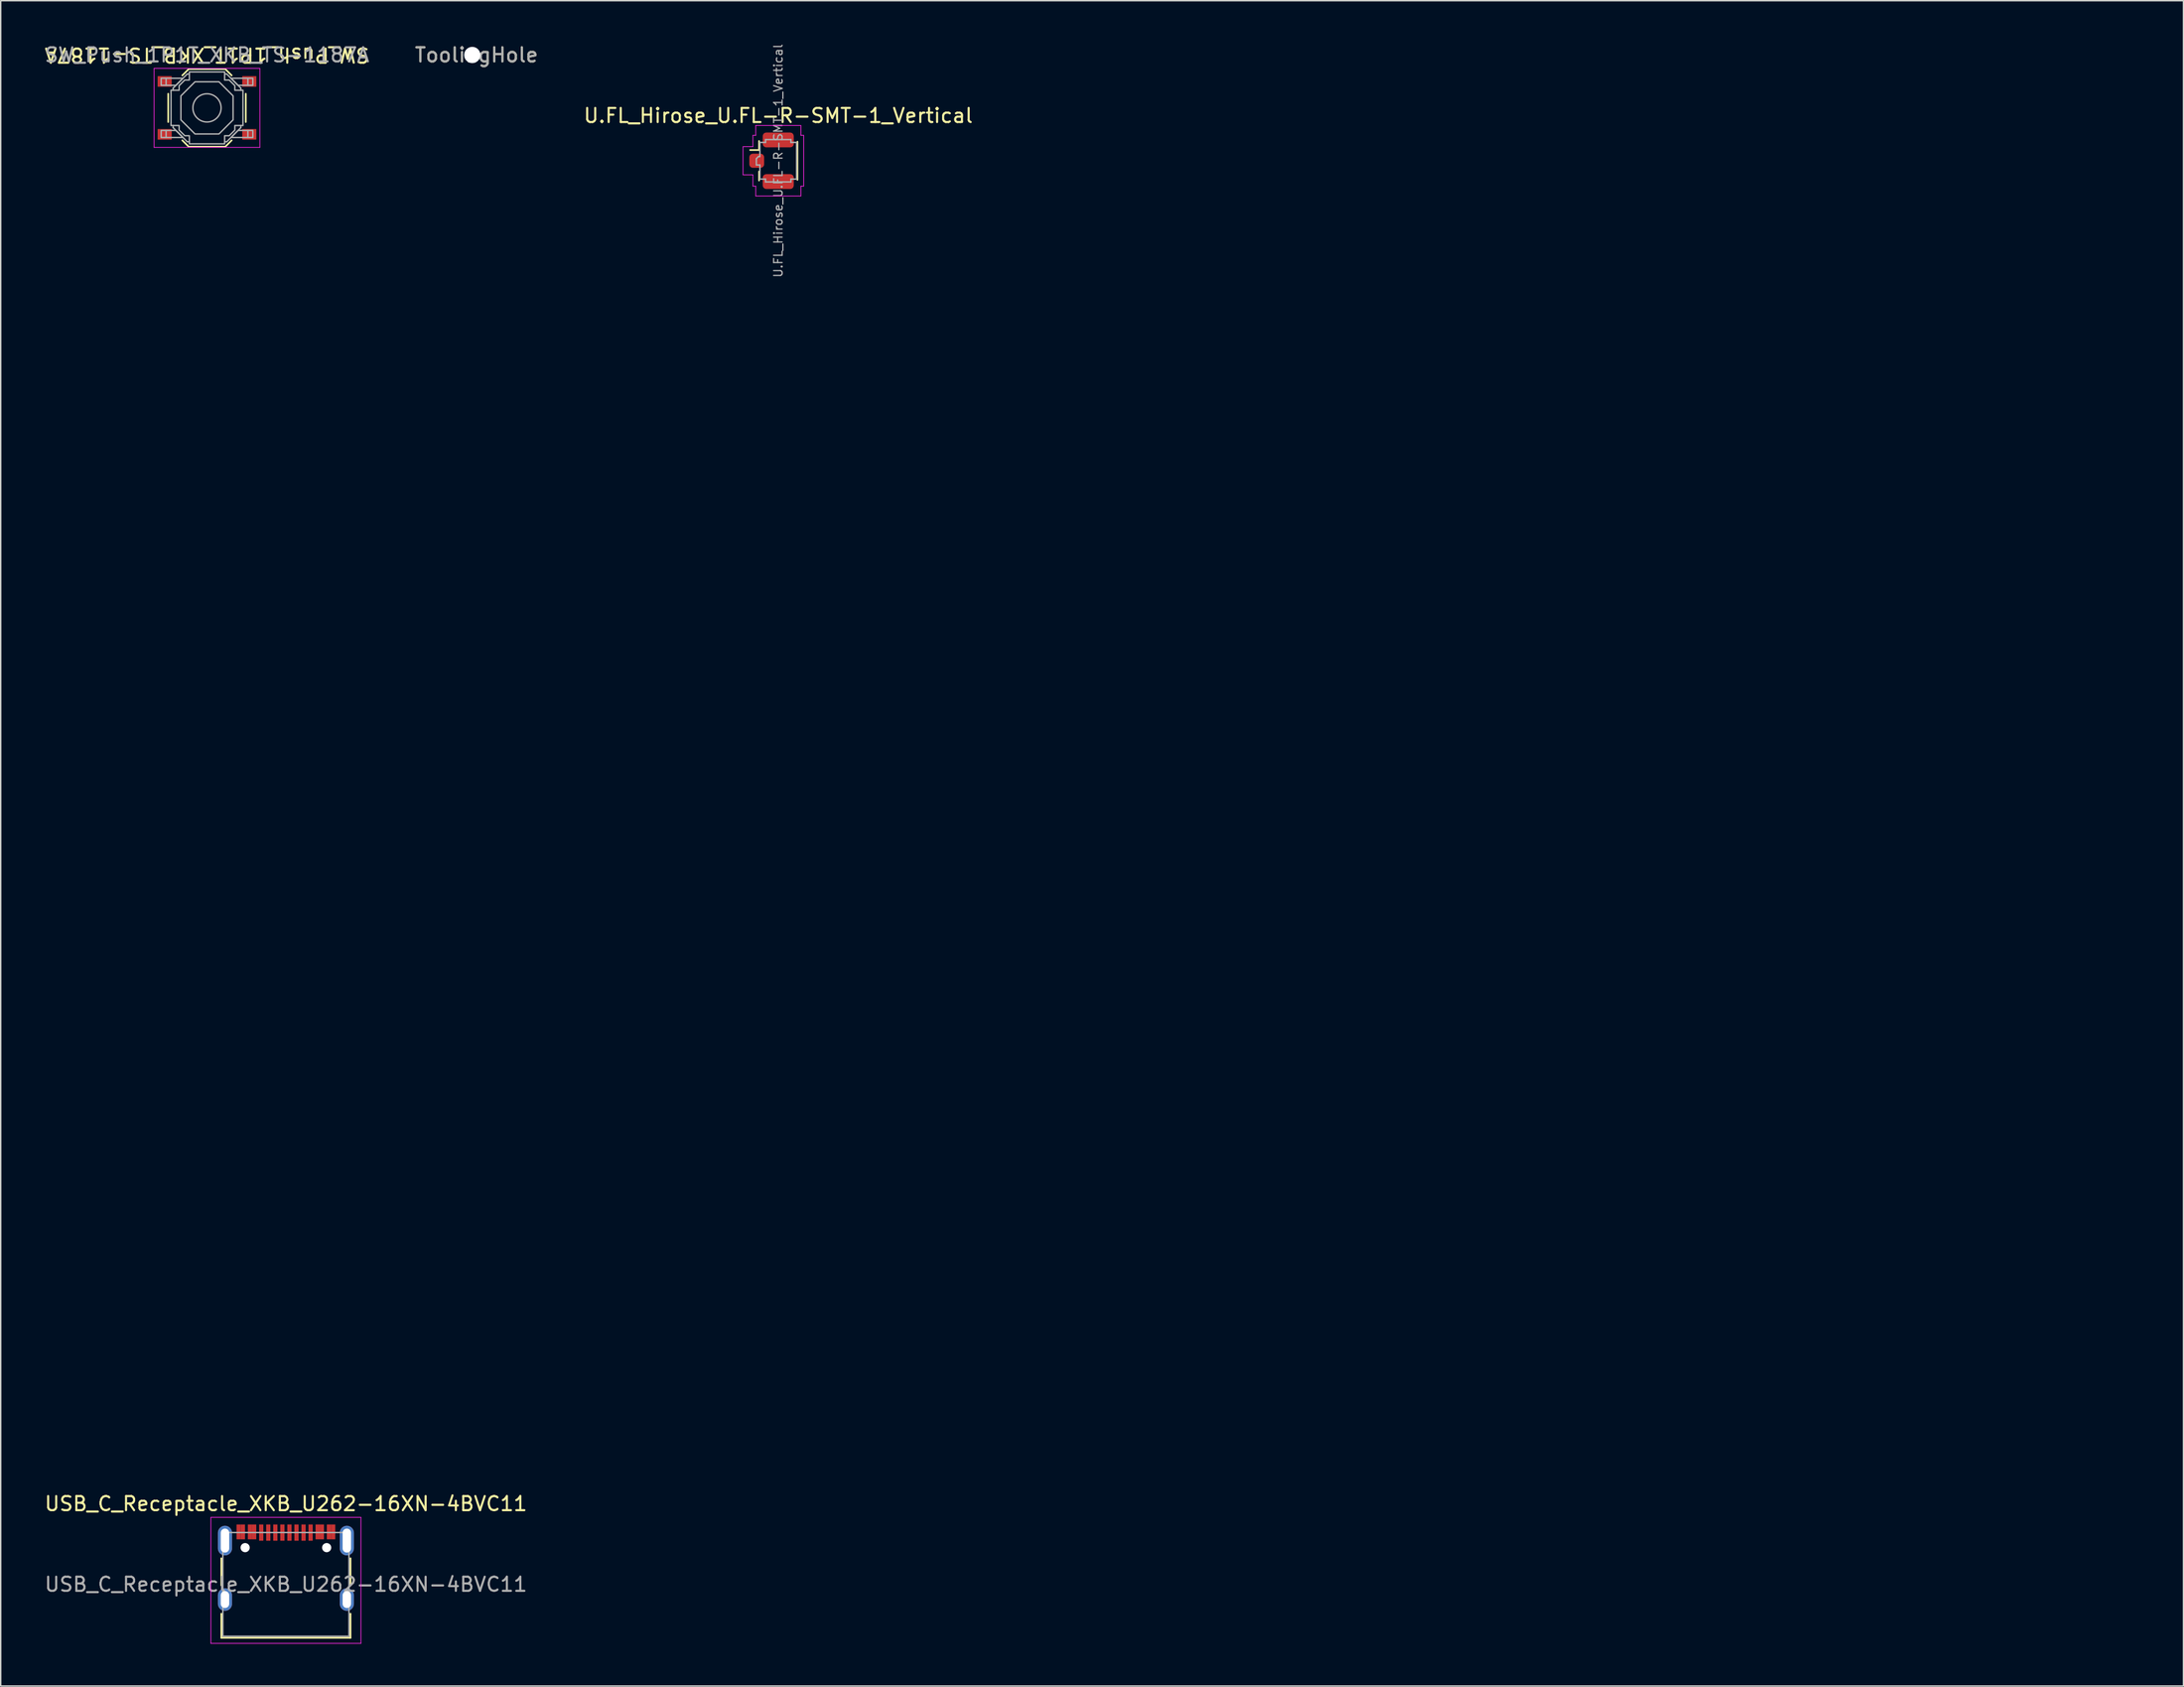
<source format=kicad_pcb>
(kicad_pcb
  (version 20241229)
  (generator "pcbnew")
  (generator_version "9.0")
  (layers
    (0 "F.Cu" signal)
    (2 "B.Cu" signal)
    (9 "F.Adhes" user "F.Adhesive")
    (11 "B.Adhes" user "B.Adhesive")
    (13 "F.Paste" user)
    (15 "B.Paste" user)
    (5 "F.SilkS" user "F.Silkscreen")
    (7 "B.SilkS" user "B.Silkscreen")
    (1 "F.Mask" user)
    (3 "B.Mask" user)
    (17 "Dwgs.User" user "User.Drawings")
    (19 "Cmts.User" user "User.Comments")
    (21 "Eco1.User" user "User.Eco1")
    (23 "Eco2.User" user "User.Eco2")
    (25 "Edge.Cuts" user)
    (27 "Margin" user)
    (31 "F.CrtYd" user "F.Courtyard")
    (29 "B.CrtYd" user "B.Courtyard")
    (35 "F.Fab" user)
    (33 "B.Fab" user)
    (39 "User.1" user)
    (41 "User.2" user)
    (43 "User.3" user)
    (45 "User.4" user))
  (footprint "SW_Push_1P1T_XKB_TS-1187A"
    (layer "F.Cu")
    (at 11.625 4.598)
    (property "Reference" "SW_Push_1P1T_XKB_TS-1187A" (at 0 -3.75 180) (unlocked yes) (layer "F.SilkS") (effects (font (size 1 1) (thickness 0.15))))
    (attr smd)
    (fp_line (start -2.75 -1) (end -2.75 1) (stroke (width 0.12) (type solid)) (layer "F.SilkS"))
    (fp_line (start -1.75 -2.3) (end -1.3 -2.75) (stroke (width 0.12) (type solid)) (layer "F.SilkS"))
    (fp_line (start -1.75 2.3) (end -1.3 2.75) (stroke (width 0.12) (type solid)) (layer "F.SilkS"))
    (fp_line (start -1.3 -2.75) (end 1.3 -2.75) (stroke (width 0.12) (type solid)) (layer "F.SilkS"))
    (fp_line (start -1.3 2.75) (end 1.3 2.75) (stroke (width 0.12) (type solid)) (layer "F.SilkS"))
    (fp_line (start 1.75 -2.3) (end 1.3 -2.75) (stroke (width 0.12) (type solid)) (layer "F.SilkS"))
    (fp_line (start 1.75 2.3) (end 1.3 2.75) (stroke (width 0.12) (type solid)) (layer "F.SilkS"))
    (fp_line (start 2.75 -1) (end 2.75 1) (stroke (width 0.12) (type solid)) (layer "F.SilkS"))
    (fp_line (start -3.75 -2.8) (end 3.75 -2.8) (stroke (width 0.05) (type solid)) (layer "F.CrtYd"))
    (fp_line (start -3.75 2.8) (end -3.75 -2.8) (stroke (width 0.05) (type solid)) (layer "F.CrtYd"))
    (fp_line (start 3.75 -2.8) (end 3.75 2.8) (stroke (width 0.05) (type solid)) (layer "F.CrtYd"))
    (fp_line (start 3.75 2.8) (end -3.75 2.8) (stroke (width 0.05) (type solid)) (layer "F.CrtYd"))
    (fp_line (start -2.9 -2.1) (end -2.9 -1.6) (stroke (width 0.1) (type solid)) (layer "F.Fab"))
    (fp_line (start -2.9 2.1) (end -2.9 1.6) (stroke (width 0.1) (type solid)) (layer "F.Fab"))
    (fp_line (start -2.4 -1.4) (end -1.4 -2.4) (stroke (width 0.1) (type solid)) (layer "F.Fab"))
    (fp_line (start -2.4 -1.25) (end -2.4 -1.4) (stroke (width 0.1) (type solid)) (layer "F.Fab"))
    (fp_line (start -2.4 1.4) (end -2.4 1.25) (stroke (width 0.1) (type solid)) (layer "F.Fab"))
    (fp_line (start -1.4 -2.4) (end -1.25 -2.4) (stroke (width 0.1) (type solid)) (layer "F.Fab"))
    (fp_line (start -1.4 2.4) (end -2.4 1.4) (stroke (width 0.1) (type solid)) (layer "F.Fab"))
    (fp_line (start -1.25 2.4) (end -1.4 2.4) (stroke (width 0.1) (type solid)) (layer "F.Fab"))
    (fp_line (start 1.25 -2.4) (end 1.4 -2.4) (stroke (width 0.1) (type solid)) (layer "F.Fab"))
    (fp_line (start 1.4 -2.4) (end 2.4 -1.4) (stroke (width 0.1) (type solid)) (layer "F.Fab"))
    (fp_line (start 1.4 2.4) (end 1.25 2.4) (stroke (width 0.1) (type solid)) (layer "F.Fab"))
    (fp_line (start 2.4 -1.4) (end 2.4 -1.25) (stroke (width 0.1) (type solid)) (layer "F.Fab"))
    (fp_line (start 2.4 1.25) (end 2.4 1.4) (stroke (width 0.1) (type solid)) (layer "F.Fab"))
    (fp_line (start 2.4 1.4) (end 1.4 2.4) (stroke (width 0.1) (type solid)) (layer "F.Fab"))
    (fp_line (start 2.9 -2.1) (end 2.9 -1.6) (stroke (width 0.1) (type solid)) (layer "F.Fab"))
    (fp_line (start 2.9 2.1) (end 2.9 1.6) (stroke (width 0.1) (type solid)) (layer "F.Fab"))
    (fp_circle (center 0 0) (end 1 0) (stroke (width 0.1) (type solid)) (fill no) (layer "F.Fab"))
    (fp_poly (pts (xy -1.7 -2.1) (xy -2.2 -1.6) (xy -3.25 -1.6) (xy -3.25 -2.1)) (stroke (width 0.1) (type solid)) (fill no) (layer "F.Fab"))
    (fp_poly (pts (xy -1.7 2.1) (xy -2.2 1.6) (xy -3.25 1.6) (xy -3.25 2.1)) (stroke (width 0.1) (type solid)) (fill no) (layer "F.Fab"))
    (fp_poly (pts (xy 1.7 -2.1) (xy 2.2 -1.6) (xy 3.25 -1.6) (xy 3.25 -2.1)) (stroke (width 0.1) (type solid)) (fill no) (layer "F.Fab"))
    (fp_poly (pts (xy 1.7 2.1) (xy 2.2 1.6) (xy 3.25 1.6) (xy 3.25 2.1)) (stroke (width 0.1) (type solid)) (fill no) (layer "F.Fab"))
    (fp_poly (pts (xy 0.85 -1.85) (xy 1.85 -0.85) (xy 1.85 0.85) (xy 0.85 1.85) (xy -0.85 1.85) (xy -1.85 0.85) (xy -1.85 -0.85) (xy -0.85 -1.85)) (stroke (width 0.1) (type solid)) (fill no) (layer "F.Fab"))
    (fp_poly (pts (xy -1.25 -2.55) (xy 1.25 -2.55) (xy 1.25 -1.975) (xy 1.575 -1.975) (xy 1.975 -1.575) (xy 1.975 -1.25) (xy 2.55 -1.25) (xy 2.55 1.25) (xy 1.975 1.25) (xy 1.975 1.575) (xy 1.575 1.975) (xy 1.25 1.975) (xy 1.25 2.55) (xy -1.25 2.55) (xy -1.25 1.975) (xy -1.575 1.975) (xy -1.975 1.575) (xy -1.975 1.25) (xy -2.55 1.25) (xy -2.55 -1.25) (xy -1.975 -1.25) (xy -1.975 -1.575) (xy -1.575 -1.975) (xy -1.25 -1.975)) (stroke (width 0.1) (type solid)) (fill no) (layer "F.Fab"))
    (fp_text user "${REFERENCE}" (at 0 -3.75 0) (layer "F.Fab") (effects (font (size 1 1) (thickness 0.15))))
    (pad "1" smd rect (at -3 -1.875 180) (size 1 0.75) (layers "F.Cu" "F.Mask" "F.Paste"))
    (pad "1" smd rect (at 3 -1.875 180) (size 1 0.75) (layers "F.Cu" "F.Mask" "F.Paste"))
    (pad "2" smd rect (at -3 1.875 180) (size 1 0.75) (layers "F.Cu" "F.Mask" "F.Paste"))
    (pad "2" smd rect (at 3 1.875 180) (size 1 0.75) (layers "F.Cu" "F.Mask" "F.Paste")))
  (footprint "ToolingHole"
    (layer "F.Cu")
    (at 30.432 0.848)
    (property "Reference" "ToolingHole" (at 0.3 0 0) (unlocked yes) (layer "F.SilkS") (effects (font (size 1 1) (thickness 0.15))))
    (attr exclude_from_pos_files exclude_from_bom)
    (fp_text user "${REFERENCE}" (at 0.3 0 0) (layer "F.Fab") (effects (font (size 1 1) (thickness 0.15))))
    (pad "" np_thru_hole circle (at 0 0) (size 1.152 1.152) (drill 1.152) (layers "*.Cu" "*.Mask")))
  (footprint "USB_C_Receptacle_XKB_U262-16XN-4BVC11"
    (layer "F.Cu")
    (at 17.22 109.263)
    (property "Reference" "USB_C_Receptacle_XKB_U262-16XN-4BVC11" (at 0 -5.715 0) (unlocked yes) (layer "F.SilkS") (effects (font (size 1 1) (thickness 0.15))))
    (attr smd)
    (fp_line (start -4.58 -1.85) (end -4.58 0.07) (stroke (width 0.12) (type solid)) (layer "F.SilkS"))
    (fp_line (start -4.58 3.785) (end -4.58 2.08) (stroke (width 0.12) (type solid)) (layer "F.SilkS"))
    (fp_line (start 4.58 0.07) (end 4.58 -1.85) (stroke (width 0.12) (type solid)) (layer "F.SilkS"))
    (fp_line (start 4.58 2.08) (end 4.58 3.785) (stroke (width 0.12) (type solid)) (layer "F.SilkS"))
    (fp_line (start 4.58 3.785) (end -4.58 3.785) (stroke (width 0.12) (type solid)) (layer "F.SilkS"))
    (fp_line (start -5.32 -4.75) (end 5.32 -4.75) (stroke (width 0.05) (type solid)) (layer "F.CrtYd"))
    (fp_line (start -5.32 4.18) (end -5.32 -4.75) (stroke (width 0.05) (type solid)) (layer "F.CrtYd"))
    (fp_line (start 5.32 -4.75) (end 5.32 4.18) (stroke (width 0.05) (type solid)) (layer "F.CrtYd"))
    (fp_line (start 5.32 4.18) (end -5.32 4.18) (stroke (width 0.05) (type solid)) (layer "F.CrtYd"))
    (fp_line (start -4.47 -3.675) (end -4.47 3.675) (stroke (width 0.1) (type solid)) (layer "F.Fab"))
    (fp_line (start -4.47 -3.675) (end 4.47 -3.675) (stroke (width 0.1) (type solid)) (layer "F.Fab"))
    (fp_line (start -4.47 3.675) (end 4.47 3.675) (stroke (width 0.1) (type solid)) (layer "F.Fab"))
    (fp_line (start 4.47 3.675) (end 4.47 -3.675) (stroke (width 0.1) (type solid)) (layer "F.Fab"))
    (fp_text user "${REFERENCE}" (at 0 0 0) (layer "F.Fab") (effects (font (size 1 1) (thickness 0.15))))
    (pad "" np_thru_hole circle (at -2.89 -2.605) (size 0.65 0.65) (drill 0.65) (layers "*.Cu" "*.Mask"))
    (pad "" np_thru_hole circle (at 2.89 -2.605) (size 0.65 0.65) (drill 0.65) (layers "*.Cu" "*.Mask"))
    (pad "A1" smd rect (at -3.35 -3.72) (size 0.3 1.05) (layers "F.Cu" "F.Mask" "F.Paste"))
    (pad "A4" smd rect (at -2.55 -3.72) (size 0.3 1.05) (layers "F.Cu" "F.Mask" "F.Paste"))
    (pad "A5" smd rect (at -1.25 -3.67) (size 0.3 1.15) (layers "F.Cu" "F.Mask" "F.Paste"))
    (pad "A6" smd rect (at -0.25 -3.67) (size 0.3 1.15) (layers "F.Cu" "F.Mask" "F.Paste"))
    (pad "A7" smd rect (at 0.25 -3.67) (size 0.3 1.15) (layers "F.Cu" "F.Mask" "F.Paste"))
    (pad "A8" smd rect (at 1.25 -3.67) (size 0.3 1.15) (layers "F.Cu" "F.Mask" "F.Paste"))
    (pad "A9" smd rect (at 2.55 -3.72) (size 0.3 1.05) (layers "F.Cu" "F.Mask" "F.Paste"))
    (pad "A12" smd rect (at 3.35 -3.72) (size 0.3 1.05) (layers "F.Cu" "F.Mask" "F.Paste"))
    (pad "B1" smd rect (at 3.05 -3.72) (size 0.3 1.05) (layers "F.Cu" "F.Mask" "F.Paste"))
    (pad "B4" smd rect (at 2.25 -3.72) (size 0.3 1.05) (layers "F.Cu" "F.Mask" "F.Paste"))
    (pad "B5" smd rect (at 1.75 -3.67) (size 0.3 1.15) (layers "F.Cu" "F.Mask" "F.Paste"))
    (pad "B6" smd rect (at 0.75 -3.67) (size 0.3 1.15) (layers "F.Cu" "F.Mask" "F.Paste"))
    (pad "B7" smd rect (at -0.75 -3.67) (size 0.3 1.15) (layers "F.Cu" "F.Mask" "F.Paste"))
    (pad "B8" smd rect (at -1.75 -3.67) (size 0.3 1.15) (layers "F.Cu" "F.Mask" "F.Paste"))
    (pad "B9" smd rect (at -2.25 -3.72) (size 0.3 1.05) (layers "F.Cu" "F.Mask" "F.Paste"))
    (pad "B12" smd rect (at -3.05 -3.72) (size 0.3 1.05) (layers "F.Cu" "F.Mask" "F.Paste"))
    (pad "S1" thru_hole oval (at -4.32 -3.105) (size 1 2.1) (drill oval 0.6 1.7) (layers "*.Cu" "*.Mask"))
    (pad "S1" thru_hole oval (at -4.32 1.075) (size 1 1.6) (drill oval 0.6 1.2) (layers "*.Cu" "*.Mask"))
    (pad "S1" thru_hole oval (at 4.32 -3.105) (size 1 2.1) (drill oval 0.6 1.7) (layers "*.Cu" "*.Mask"))
    (pad "S1" thru_hole oval (at 4.32 1.075) (size 1 1.6) (drill oval 0.6 1.2) (layers "*.Cu" "*.Mask")))
  (footprint "U.FL_Hirose_U.FL-R-SMT-1_Vertical"
    (layer "F.Cu")
    (at 51.65 8.346)
    (property "Reference" "U.FL_Hirose_U.FL-R-SMT-1_Vertical" (at 0.475 -3.2 0) (unlocked yes) (layer "F.SilkS") (effects (font (size 1 1) (thickness 0.15))))
    (attr smd)
    (fp_rect (start -0.515 -0.94) (end 1.575 0.94) (stroke (width 0) (type solid)) (fill yes) (layer "F.Mask"))
    (fp_line (start -0.885 -1.4) (end -0.885 -0.76) (stroke (width 0.12) (type solid)) (layer "F.SilkS"))
    (fp_line (start -0.885 -0.76) (end -1.515 -0.76) (stroke (width 0.12) (type solid)) (layer "F.SilkS"))
    (fp_line (start -0.885 1.4) (end -0.885 0.76) (stroke (width 0.12) (type solid)) (layer "F.SilkS"))
    (fp_line (start 1.835 -1.35) (end 1.835 1.35) (stroke (width 0.12) (type solid)) (layer "F.SilkS"))
    (fp_line (start -2.02 1) (end -2.02 -1) (stroke (width 0.05) (type solid)) (layer "F.CrtYd"))
    (fp_line (start -1.32 -1.8) (end -1.12 -1.8) (stroke (width 0.05) (type solid)) (layer "F.CrtYd"))
    (fp_line (start -1.32 -1) (end -2.02 -1) (stroke (width 0.05) (type solid)) (layer "F.CrtYd"))
    (fp_line (start -1.32 -1) (end -1.32 -1.8) (stroke (width 0.05) (type solid)) (layer "F.CrtYd"))
    (fp_line (start -1.32 1) (end -2.02 1) (stroke (width 0.05) (type solid)) (layer "F.CrtYd"))
    (fp_line (start -1.32 1.8) (end -1.32 1) (stroke (width 0.05) (type solid)) (layer "F.CrtYd"))
    (fp_line (start -1.32 1.8) (end -1.12 1.8) (stroke (width 0.05) (type solid)) (layer "F.CrtYd"))
    (fp_line (start -1.12 -1.8) (end -1.12 -2.5) (stroke (width 0.05) (type solid)) (layer "F.CrtYd"))
    (fp_line (start -1.12 2.5) (end -1.12 1.8) (stroke (width 0.05) (type solid)) (layer "F.CrtYd"))
    (fp_line (start 2.08 -2.5) (end -1.12 -2.5) (stroke (width 0.05) (type solid)) (layer "F.CrtYd"))
    (fp_line (start 2.08 -1.8) (end 2.08 -2.5) (stroke (width 0.05) (type solid)) (layer "F.CrtYd"))
    (fp_line (start 2.08 -1.8) (end 2.28 -1.8) (stroke (width 0.05) (type solid)) (layer "F.CrtYd"))
    (fp_line (start 2.08 1.8) (end 2.28 1.8) (stroke (width 0.05) (type solid)) (layer "F.CrtYd"))
    (fp_line (start 2.08 2.5) (end -1.12 2.5) (stroke (width 0.05) (type solid)) (layer "F.CrtYd"))
    (fp_line (start 2.08 2.5) (end 2.08 1.8) (stroke (width 0.05) (type solid)) (layer "F.CrtYd"))
    (fp_line (start 2.28 1.8) (end 2.28 -1.8) (stroke (width 0.05) (type solid)) (layer "F.CrtYd"))
    (fp_line (start -1.075 0.3) (end -1.075 -0.15) (stroke (width 0.1) (type solid)) (layer "F.Fab"))
    (fp_line (start -1.075 0.3) (end -0.825 0.3) (stroke (width 0.1) (type solid)) (layer "F.Fab"))
    (fp_line (start -0.925 -0.3) (end -1.075 -0.15) (stroke (width 0.1) (type solid)) (layer "F.Fab"))
    (fp_line (start -0.925 -0.3) (end -0.825 -0.3) (stroke (width 0.1) (type solid)) (layer "F.Fab"))
    (fp_line (start -0.825 -0.3) (end -0.825 -1.3) (stroke (width 0.1) (type solid)) (layer "F.Fab"))
    (fp_line (start -0.825 0.3) (end -0.825 1.3) (stroke (width 0.1) (type solid)) (layer "F.Fab"))
    (fp_line (start -0.425 -1.5) (end -0.425 -1.3) (stroke (width 0.1) (type solid)) (layer "F.Fab"))
    (fp_line (start -0.425 -1.5) (end 1.375 -1.5) (stroke (width 0.1) (type solid)) (layer "F.Fab"))
    (fp_line (start -0.425 -1.3) (end -0.825 -1.3) (stroke (width 0.1) (type solid)) (layer "F.Fab"))
    (fp_line (start -0.425 1.3) (end -0.825 1.3) (stroke (width 0.1) (type solid)) (layer "F.Fab"))
    (fp_line (start -0.425 1.5) (end -0.425 1.3) (stroke (width 0.1) (type solid)) (layer "F.Fab"))
    (fp_line (start -0.425 1.5) (end 1.375 1.5) (stroke (width 0.1) (type solid)) (layer "F.Fab"))
    (fp_line (start 1.375 -1.5) (end 1.375 -1.3) (stroke (width 0.1) (type solid)) (layer "F.Fab"))
    (fp_line (start 1.375 1.5) (end 1.375 1.3) (stroke (width 0.1) (type solid)) (layer "F.Fab"))
    (fp_line (start 1.775 -1.3) (end 1.375 -1.3) (stroke (width 0.1) (type solid)) (layer "F.Fab"))
    (fp_line (start 1.775 -1.3) (end 1.775 1.3) (stroke (width 0.1) (type solid)) (layer "F.Fab"))
    (fp_line (start 1.775 1.3) (end 1.375 1.3) (stroke (width 0.1) (type solid)) (layer "F.Fab"))
    (fp_text user "${REFERENCE}" (at 0.475 0 270) (layer "F.Fab") (effects (font (size 0.6 0.6) (thickness 0.09))))
    (pad "1" smd roundrect (at -1.05 0) (size 1.05 1) (layers "F.Cu" "F.Mask" "F.Paste") (roundrect_rratio 0.25))
    (pad "2" smd roundrect (at 0.475 -1.475) (size 2.2 1.05) (layers "F.Cu" "F.Mask" "F.Paste") (roundrect_rratio 0.238))
    (pad "2" smd roundrect (at 0.475 1.475) (size 2.2 1.05) (layers "F.Cu" "F.Mask" "F.Paste") (roundrect_rratio 0.238))
    (zone (net_name "") (layer "F.Cu") (hatch edge 0.5) (connect_pads) (min_thickness 0.25) (filled_areas_thickness no) (keepout (tracks not_allowed) (vias not_allowed) (pads not_allowed) (copperpour not_allowed) (footprints allowed)) (placement (enabled no)) (fill) (polygon (pts (xy 148.75 97.8) (xy 146.66 97.8) (xy 146.66 99.7) (xy 148.75 99.7))))
    (zone (net_name "") (layer "B.Cu") (hatch edge 0.5) (connect_pads) (min_thickness 0.25) (filled_areas_thickness no) (keepout (tracks allowed) (vias not_allowed) (pads allowed) (copperpour not_allowed) (footprints allowed)) (placement (enabled no)) (fill) (polygon (pts (xy 148.75 97.8) (xy 146.66 97.8) (xy 146.66 99.7) (xy 148.75 99.7)))))
  (gr_rect
    (start -3 -3)
    (end 151.75 116.468)
    (stroke (width 0.1) (type default))
    (fill no)
    (layer "Edge.Cuts")))
</source>
